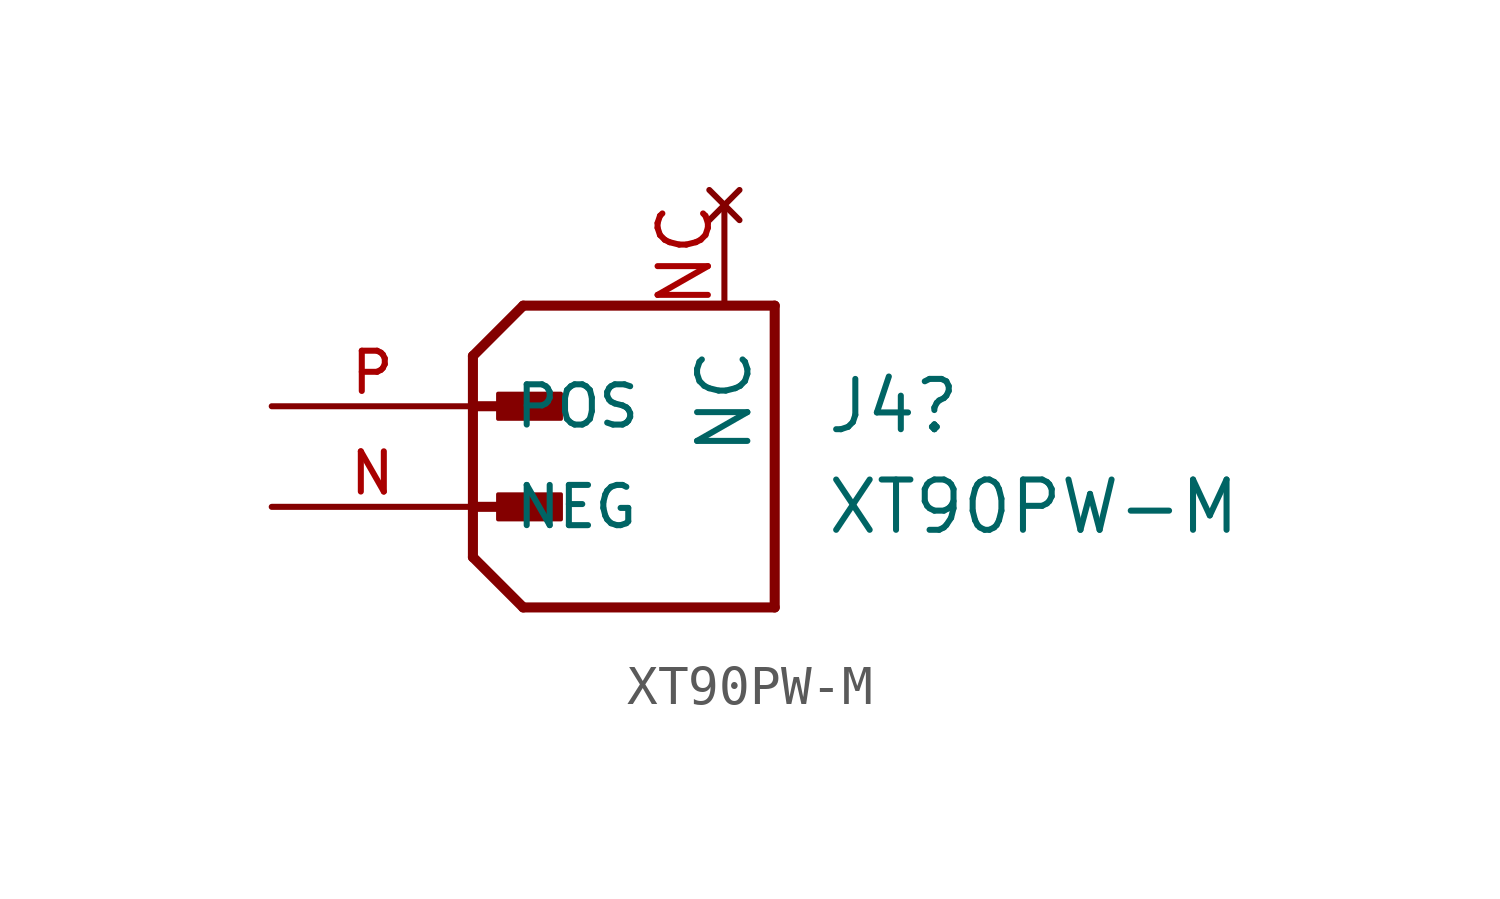
<source format=kicad_sym>
(kicad_symbol_lib
  (version 20241209)
  (generator "kicad_symbol_editor")
  (generator_version "9.0")
  (symbol "XT90PW-M"
    (pin_names
      (offset 1.016))
    (property "Reference" "J4"
      (at 8.89 0.0001 0)
      (effects (font (size 1.27 1.27)) (justify left)))
    (property "Value" "XT90PW-M"
      (at 8.89 -2.54 0)
      (effects (font (size 1.27 1.27)) (justify left)))
    (symbol "XT90PW-M_0_0"
      (polyline (pts (xy 0 1.27) (xy 0 0)) (stroke (width 0.254) (type default)) (fill (type none)))
      (polyline (pts (xy 0 1.27) (xy 1.27 2.54)) (stroke (width 0.254) (type default)) (fill (type none)))
      (polyline (pts (xy 0 0) (xy 0 -3.81)) (stroke (width 0.254) (type default)) (fill (type none)))
      (polyline (pts (xy 0 0) (xy 1.905 0)) (stroke (width 0.254) (type default)) (fill (type none)))
      (polyline (pts (xy 0 -2.54) (xy 1.905 -2.54)) (stroke (width 0.254) (type default)) (fill (type none)))
      (polyline (pts (xy 0 -3.81) (xy 1.27 -5.08)) (stroke (width 0.254) (type default)) (fill (type none)))
      (rectangle (start 0.635 -0.318) (end 2.223 0.318) (stroke (width 0.1) (type default)) (fill (type outline)))
      (rectangle (start 0.635 -2.857) (end 2.223 -2.223) (stroke (width 0.1) (type default)) (fill (type outline)))
      (polyline (pts (xy 1.27 -5.08) (xy 7.62 -5.08)) (stroke (width 0.254) (type default)) (fill (type none)))
      (polyline (pts (xy 7.62 2.54) (xy 1.27 2.54)) (stroke (width 0.254) (type default)) (fill (type none)))
      (polyline (pts (xy 7.62 -5.08) (xy 7.62 2.54)) (stroke (width 0.254) (type default)) (fill (type none)))
      (pin passive line (at -5.08 0 0) (length 5.08) (name "POS" (effects (font (size 1.016 1.016)))) (number "P" (effects (font (size 1.016 1.016)))))
      (pin passive line (at -5.08 -2.54 0) (length 5.08) (name "NEG" (effects (font (size 1.016 1.016)))) (number "N" (effects (font (size 1.016 1.016))))))
    (symbol "XT90PW-M_1_1"
      (pin no_connect line (at 6.35 5.08 270) (length 2.54) (name "NC" (effects (font (size 1.27 1.27)))) (number "NC" (effects (font (size 1.27 1.27))))))))
</source>
